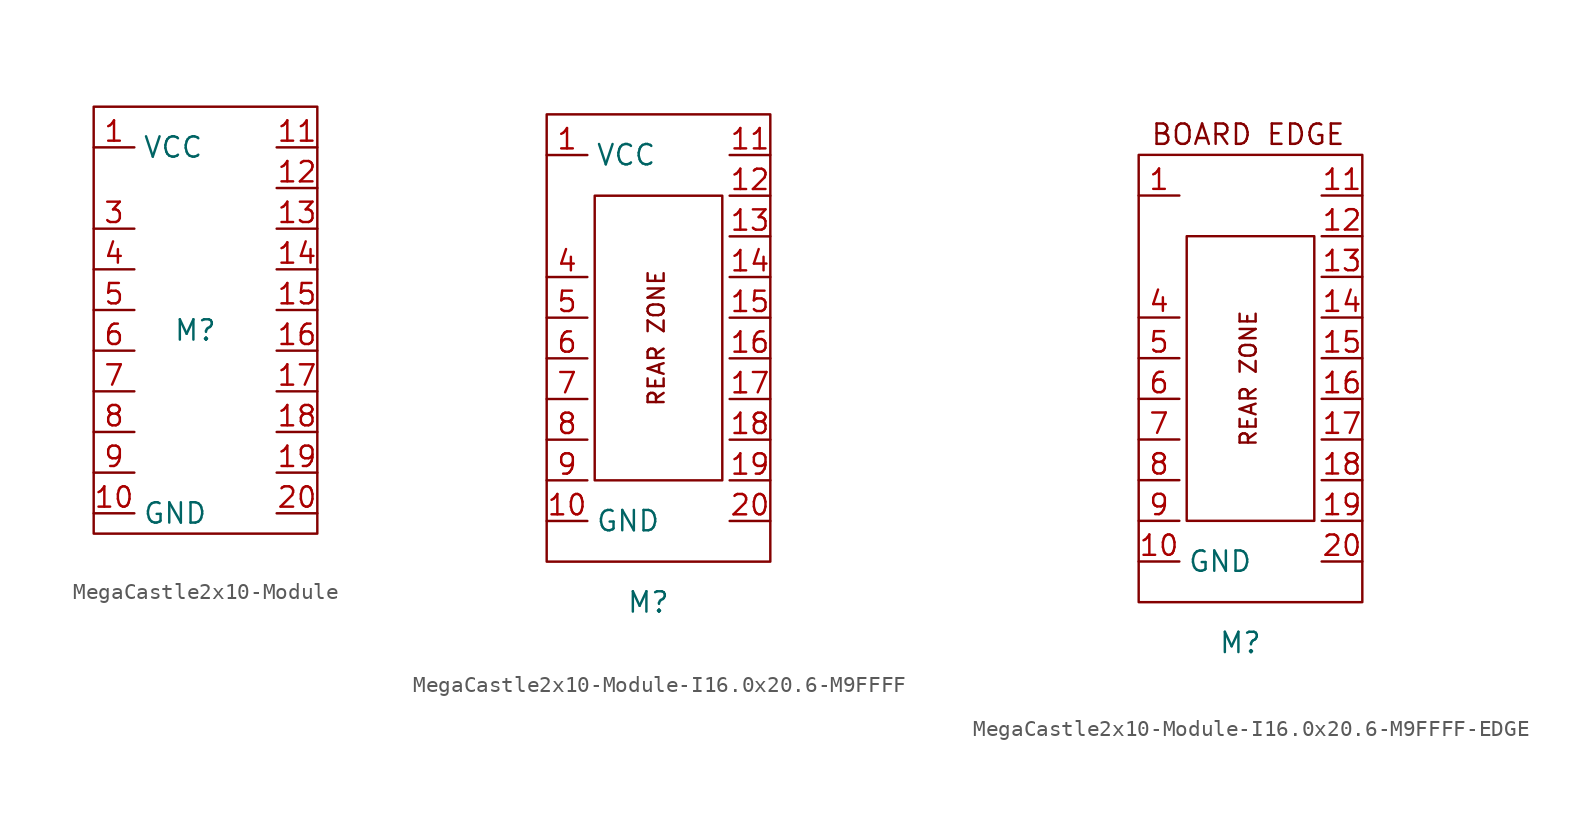
<source format=kicad_sym>
(kicad_symbol_lib
  (version 20231120)
  (generator "kicad_symbol_editor")
  (generator_version "8.0")
  (symbol "MegaCastle2x10-Module"
    (property "Reference" "M"
      (at 0 0 0)
      (effects (font (size 1.27 1.27))))
    (property "Value" ""
      (at 0 5.08 0)
      (effects (font (size 1.27 1.27))))
    (symbol "MegaCastle2x10-Module_0_1"
      (rectangle (start -6.35 13.97) (end 7.62 -12.7) (stroke (width 0) (type default)) (fill (type none))))
    (symbol "MegaCastle2x10-Module_1_1"
      (pin bidirectional line (at -6.35 11.43 0) (length 2.54) (name "VCC" (effects (font (size 1.27 1.27)))) (number "1" (effects (font (size 1.27 1.27)))))
      (pin bidirectional line (at -6.35 -11.43 0) (length 2.54) (name "GND" (effects (font (size 1.27 1.27)))) (number "10" (effects (font (size 1.27 1.27)))))
      (pin bidirectional line (at 7.62 11.43 180) (length 2.54) (name "" (effects (font (size 1.27 1.27)))) (number "11" (effects (font (size 1.27 1.27)))))
      (pin bidirectional line (at 7.62 8.89 180) (length 2.54) (name "" (effects (font (size 1.27 1.27)))) (number "12" (effects (font (size 1.27 1.27)))))
      (pin bidirectional line (at 7.62 6.35 180) (length 2.54) (name "" (effects (font (size 1.27 1.27)))) (number "13" (effects (font (size 1.27 1.27)))))
      (pin bidirectional line (at 7.62 3.81 180) (length 2.54) (name "" (effects (font (size 1.27 1.27)))) (number "14" (effects (font (size 1.27 1.27)))))
      (pin bidirectional line (at 7.62 1.27 180) (length 2.54) (name "" (effects (font (size 1.27 1.27)))) (number "15" (effects (font (size 1.27 1.27)))))
      (pin bidirectional line (at 7.62 -1.27 180) (length 2.54) (name "" (effects (font (size 1.27 1.27)))) (number "16" (effects (font (size 1.27 1.27)))))
      (pin bidirectional line (at 7.62 -3.81 180) (length 2.54) (name "" (effects (font (size 1.27 1.27)))) (number "17" (effects (font (size 1.27 1.27)))))
      (pin bidirectional line (at 7.62 -6.35 180) (length 2.54) (name "" (effects (font (size 1.27 1.27)))) (number "18" (effects (font (size 1.27 1.27)))))
      (pin bidirectional line (at 7.62 -8.89 180) (length 2.54) (name "" (effects (font (size 1.27 1.27)))) (number "19" (effects (font (size 1.27 1.27)))))
      (pin bidirectional line (at 7.62 -11.43 180) (length 2.54) (name "" (effects (font (size 1.27 1.27)))) (number "20" (effects (font (size 1.27 1.27)))))
      (pin bidirectional line (at -6.35 6.35 0) (length 2.54) (name "" (effects (font (size 1.27 1.27)))) (number "3" (effects (font (size 1.27 1.27)))))
      (pin bidirectional line (at -6.35 3.81 0) (length 2.54) (name "" (effects (font (size 1.27 1.27)))) (number "4" (effects (font (size 1.27 1.27)))))
      (pin bidirectional line (at -6.35 1.27 0) (length 2.54) (name "" (effects (font (size 1.27 1.27)))) (number "5" (effects (font (size 1.27 1.27)))))
      (pin bidirectional line (at -6.35 -1.27 0) (length 2.54) (name "" (effects (font (size 1.27 1.27)))) (number "6" (effects (font (size 1.27 1.27)))))
      (pin bidirectional line (at -6.35 -3.81 0) (length 2.54) (name "" (effects (font (size 1.27 1.27)))) (number "7" (effects (font (size 1.27 1.27)))))
      (pin bidirectional line (at -6.35 -6.35 0) (length 2.54) (name "" (effects (font (size 1.27 1.27)))) (number "8" (effects (font (size 1.27 1.27)))))
      (pin bidirectional line (at -6.35 -8.89 0) (length 2.54) (name "" (effects (font (size 1.27 1.27)))) (number "9" (effects (font (size 1.27 1.27)))))))
  (symbol "MegaCastle2x10-Module-I16.0x20.6-M9FFFF"
    (property "Reference" "M"
      (at 0 -16.51 0)
      (effects (font (size 1.27 1.27))))
    (property "Value" ""
      (at 0 5.08 0)
      (effects (font (size 1.27 1.27))))
    (symbol "MegaCastle2x10-Module-I16.0x20.6-M9FFFF_0_1"
      (rectangle (start -6.35 13.97) (end 7.62 -13.97) (stroke (width 0) (type default)) (fill (type none)))
      (rectangle (start -3.35 8.89) (end 4.62 -8.89) (stroke (width 0) (type default)) (fill (type none))))
    (symbol "MegaCastle2x10-Module-I16.0x20.6-M9FFFF_1_1"
      (text "REAR ZONE" (at 0.5 0 900) (effects (font (size 1 1))))
      (pin bidirectional line (at -6.35 11.43 0) (length 2.54) (name "VCC" (effects (font (size 1.27 1.27)))) (number "1" (effects (font (size 1.27 1.27)))))
      (pin bidirectional line (at -6.35 -11.43 0) (length 2.54) (name "GND" (effects (font (size 1.27 1.27)))) (number "10" (effects (font (size 1.27 1.27)))))
      (pin bidirectional line (at 7.62 11.43 180) (length 2.54) (name "" (effects (font (size 1.27 1.27)))) (number "11" (effects (font (size 1.27 1.27)))))
      (pin bidirectional line (at 7.62 8.89 180) (length 2.54) (name "" (effects (font (size 1.27 1.27)))) (number "12" (effects (font (size 1.27 1.27)))))
      (pin bidirectional line (at 7.62 6.35 180) (length 2.54) (name "" (effects (font (size 1.27 1.27)))) (number "13" (effects (font (size 1.27 1.27)))))
      (pin bidirectional line (at 7.62 3.81 180) (length 2.54) (name "" (effects (font (size 1.27 1.27)))) (number "14" (effects (font (size 1.27 1.27)))))
      (pin bidirectional line (at 7.62 1.27 180) (length 2.54) (name "" (effects (font (size 1.27 1.27)))) (number "15" (effects (font (size 1.27 1.27)))))
      (pin bidirectional line (at 7.62 -1.27 180) (length 2.54) (name "" (effects (font (size 1.27 1.27)))) (number "16" (effects (font (size 1.27 1.27)))))
      (pin bidirectional line (at 7.62 -3.81 180) (length 2.54) (name "" (effects (font (size 1.27 1.27)))) (number "17" (effects (font (size 1.27 1.27)))))
      (pin bidirectional line (at 7.62 -6.35 180) (length 2.54) (name "" (effects (font (size 1.27 1.27)))) (number "18" (effects (font (size 1.27 1.27)))))
      (pin bidirectional line (at 7.62 -8.89 180) (length 2.54) (name "" (effects (font (size 1.27 1.27)))) (number "19" (effects (font (size 1.27 1.27)))))
      (pin bidirectional line (at 7.62 -11.43 180) (length 2.54) (name "" (effects (font (size 1.27 1.27)))) (number "20" (effects (font (size 1.27 1.27)))))
      (pin bidirectional line (at -6.35 3.81 0) (length 2.54) (name "" (effects (font (size 1.27 1.27)))) (number "4" (effects (font (size 1.27 1.27)))))
      (pin bidirectional line (at -6.35 1.27 0) (length 2.54) (name "" (effects (font (size 1.27 1.27)))) (number "5" (effects (font (size 1.27 1.27)))))
      (pin bidirectional line (at -6.35 -1.27 0) (length 2.54) (name "" (effects (font (size 1.27 1.27)))) (number "6" (effects (font (size 1.27 1.27)))))
      (pin bidirectional line (at -6.35 -3.81 0) (length 2.54) (name "" (effects (font (size 1.27 1.27)))) (number "7" (effects (font (size 1.27 1.27)))))
      (pin bidirectional line (at -6.35 -6.35 0) (length 2.54) (name "" (effects (font (size 1.27 1.27)))) (number "8" (effects (font (size 1.27 1.27)))))
      (pin bidirectional line (at -6.35 -8.89 0) (length 2.54) (name "" (effects (font (size 1.27 1.27)))) (number "9" (effects (font (size 1.27 1.27)))))))
  (symbol "MegaCastle2x10-Module-I16.0x20.6-M9FFFF-EDGE"
    (property "Reference" "M"
      (at 0 -16.51 0)
      (effects (font (size 1.27 1.27))))
    (property "Value" ""
      (at 0 5.08 0)
      (effects (font (size 1.27 1.27))))
    (symbol "MegaCastle2x10-Module-I16.0x20.6-M9FFFF-EDGE_0_1"
      (rectangle (start -6.35 13.97) (end 7.62 -13.97) (stroke (width 0) (type default)) (fill (type none)))
      (rectangle (start -3.35 8.89) (end 4.62 -8.89) (stroke (width 0) (type default)) (fill (type none))))
    (symbol "MegaCastle2x10-Module-I16.0x20.6-M9FFFF-EDGE_1_1"
      (text " BOARD EDGE" (at 0 15.24 0) (effects (font (size 1.27 1.27))))
      (text "REAR ZONE" (at 0.5 0 900) (effects (font (size 1 1))))
      (pin bidirectional line (at -6.35 11.43 0) (length 2.54) (name "" (effects (font (size 1.27 1.27)))) (number "1" (effects (font (size 1.27 1.27)))))
      (pin bidirectional line (at -6.35 -11.43 0) (length 2.54) (name "GND" (effects (font (size 1.27 1.27)))) (number "10" (effects (font (size 1.27 1.27)))))
      (pin bidirectional line (at 7.62 11.43 180) (length 2.54) (name "" (effects (font (size 1.27 1.27)))) (number "11" (effects (font (size 1.27 1.27)))))
      (pin bidirectional line (at 7.62 8.89 180) (length 2.54) (name "" (effects (font (size 1.27 1.27)))) (number "12" (effects (font (size 1.27 1.27)))))
      (pin bidirectional line (at 7.62 6.35 180) (length 2.54) (name "" (effects (font (size 1.27 1.27)))) (number "13" (effects (font (size 1.27 1.27)))))
      (pin bidirectional line (at 7.62 3.81 180) (length 2.54) (name "" (effects (font (size 1.27 1.27)))) (number "14" (effects (font (size 1.27 1.27)))))
      (pin bidirectional line (at 7.62 1.27 180) (length 2.54) (name "" (effects (font (size 1.27 1.27)))) (number "15" (effects (font (size 1.27 1.27)))))
      (pin bidirectional line (at 7.62 -1.27 180) (length 2.54) (name "" (effects (font (size 1.27 1.27)))) (number "16" (effects (font (size 1.27 1.27)))))
      (pin bidirectional line (at 7.62 -3.81 180) (length 2.54) (name "" (effects (font (size 1.27 1.27)))) (number "17" (effects (font (size 1.27 1.27)))))
      (pin bidirectional line (at 7.62 -6.35 180) (length 2.54) (name "" (effects (font (size 1.27 1.27)))) (number "18" (effects (font (size 1.27 1.27)))))
      (pin bidirectional line (at 7.62 -8.89 180) (length 2.54) (name "" (effects (font (size 1.27 1.27)))) (number "19" (effects (font (size 1.27 1.27)))))
      (pin bidirectional line (at 7.62 -11.43 180) (length 2.54) (name "" (effects (font (size 1.27 1.27)))) (number "20" (effects (font (size 1.27 1.27)))))
      (pin bidirectional line (at -6.35 3.81 0) (length 2.54) (name "" (effects (font (size 1.27 1.27)))) (number "4" (effects (font (size 1.27 1.27)))))
      (pin bidirectional line (at -6.35 1.27 0) (length 2.54) (name "" (effects (font (size 1.27 1.27)))) (number "5" (effects (font (size 1.27 1.27)))))
      (pin bidirectional line (at -6.35 -1.27 0) (length 2.54) (name "" (effects (font (size 1.27 1.27)))) (number "6" (effects (font (size 1.27 1.27)))))
      (pin bidirectional line (at -6.35 -3.81 0) (length 2.54) (name "" (effects (font (size 1.27 1.27)))) (number "7" (effects (font (size 1.27 1.27)))))
      (pin bidirectional line (at -6.35 -6.35 0) (length 2.54) (name "" (effects (font (size 1.27 1.27)))) (number "8" (effects (font (size 1.27 1.27)))))
      (pin bidirectional line (at -6.35 -8.89 0) (length 2.54) (name "" (effects (font (size 1.27 1.27)))) (number "9" (effects (font (size 1.27 1.27))))))))
</source>
